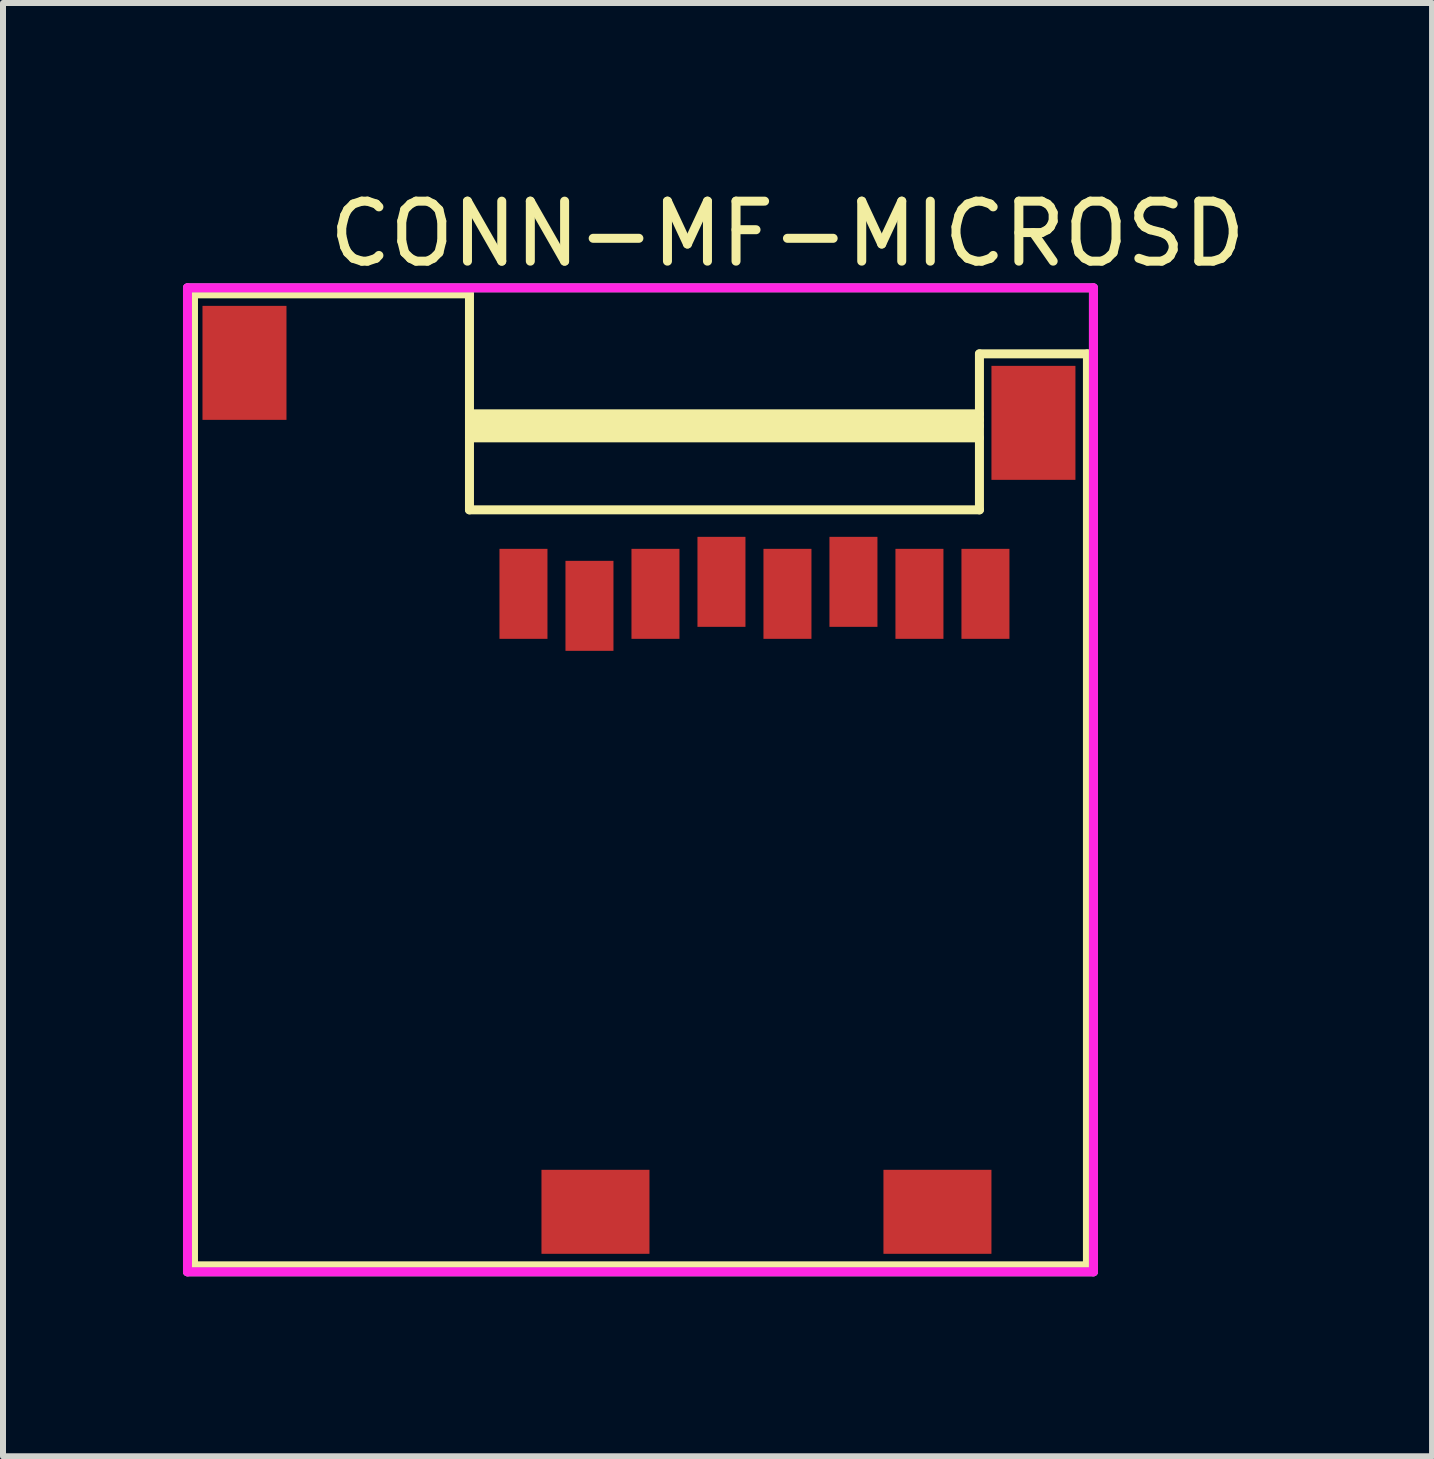
<source format=kicad_pcb>
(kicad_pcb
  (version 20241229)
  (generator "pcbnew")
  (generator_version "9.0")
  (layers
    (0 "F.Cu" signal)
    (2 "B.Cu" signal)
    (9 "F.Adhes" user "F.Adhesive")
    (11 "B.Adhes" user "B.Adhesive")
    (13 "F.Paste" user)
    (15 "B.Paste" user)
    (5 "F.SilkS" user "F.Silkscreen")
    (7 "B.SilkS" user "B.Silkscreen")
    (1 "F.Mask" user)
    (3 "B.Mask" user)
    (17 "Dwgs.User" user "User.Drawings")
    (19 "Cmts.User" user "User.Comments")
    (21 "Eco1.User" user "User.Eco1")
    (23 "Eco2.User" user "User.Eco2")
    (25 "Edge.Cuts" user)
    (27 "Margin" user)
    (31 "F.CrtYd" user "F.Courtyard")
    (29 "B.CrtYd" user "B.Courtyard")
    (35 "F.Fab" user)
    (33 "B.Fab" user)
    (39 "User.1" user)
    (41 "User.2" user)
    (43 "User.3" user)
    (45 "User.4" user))
  (footprint "CONN-MF-MICROSD"
    (layer "F.Cu")
    (at 10.075 6.848)
    (property "Reference" "CONN-MF-MICROSD" (at 0 -6 0) (layer "F.SilkS") (effects (font (size 1 1) (thickness 0.15))))
    (attr through_hole)
    (fp_line (start -9.9 -5) (end -9.9 11.2) (stroke (width 0.15) (type solid)) (layer "F.SilkS"))
    (fp_line (start -9.9 -5) (end -5.3 -5) (stroke (width 0.15) (type solid)) (layer "F.SilkS"))
    (fp_line (start -5.3 -5) (end -5.3 -1.4) (stroke (width 0.15) (type solid)) (layer "F.SilkS"))
    (fp_line (start -5.3 -2.9) (end 3.2 -2.9) (stroke (width 0.15) (type solid)) (layer "F.SilkS"))
    (fp_line (start -5.3 -2.6) (end 3.2 -2.6) (stroke (width 0.15) (type solid)) (layer "F.SilkS"))
    (fp_line (start -5.3 -1.4) (end 3.2 -1.4) (stroke (width 0.15) (type solid)) (layer "F.SilkS"))
    (fp_line (start -5.2 -2.7) (end 3.1 -2.7) (stroke (width 0.15) (type solid)) (layer "F.SilkS"))
    (fp_line (start 3.2 -4) (end 5 -4) (stroke (width 0.15) (type solid)) (layer "F.SilkS"))
    (fp_line (start 3.2 -3) (end -5.3 -3) (stroke (width 0.15) (type solid)) (layer "F.SilkS"))
    (fp_line (start 3.2 -2.8) (end -5.2 -2.8) (stroke (width 0.15) (type solid)) (layer "F.SilkS"))
    (fp_line (start 3.2 -1.4) (end 3.2 -4) (stroke (width 0.15) (type solid)) (layer "F.SilkS"))
    (fp_line (start 5 -4) (end 5 11.2) (stroke (width 0.15) (type solid)) (layer "F.SilkS"))
    (fp_line (start 5 11.2) (end -9.9 11.2) (stroke (width 0.15) (type solid)) (layer "F.SilkS"))
    (fp_line (start -10 -5.1) (end 5.1 -5.1) (stroke (width 0.15) (type solid)) (layer "F.CrtYd"))
    (fp_line (start -10 11.3) (end -10 -5.1) (stroke (width 0.15) (type solid)) (layer "F.CrtYd"))
    (fp_line (start 5.1 -5.1) (end 5.1 11.3) (stroke (width 0.15) (type solid)) (layer "F.CrtYd"))
    (fp_line (start 5.1 11.3) (end -10 11.3) (stroke (width 0.15) (type solid)) (layer "F.CrtYd"))
    (fp_line (start -10 -5.1) (end 5.1 -5.1) (stroke (width 0.15) (type solid)) (layer "F.Fab"))
    (fp_line (start -10 11.3) (end -10 -5.1) (stroke (width 0.15) (type solid)) (layer "F.Fab"))
    (fp_line (start 5.1 -5.1) (end 5.1 11.3) (stroke (width 0.15) (type solid)) (layer "F.Fab"))
    (fp_line (start 5.1 11.3) (end -10 11.3) (stroke (width 0.15) (type solid)) (layer "F.Fab"))
    (pad "1" smd rect (at -4.4 0) (size 0.8 1.5) (layers "F.Cu" "F.Mask" "F.Paste"))
    (pad "2" smd rect (at -3.3 0.2) (size 0.8 1.5) (layers "F.Cu" "F.Mask" "F.Paste"))
    (pad "3" smd rect (at -2.2 0) (size 0.8 1.5) (layers "F.Cu" "F.Mask" "F.Paste"))
    (pad "4" smd rect (at -1.1 -0.2) (size 0.8 1.5) (layers "F.Cu" "F.Mask" "F.Paste"))
    (pad "5" smd rect (at 0 0) (size 0.8 1.5) (layers "F.Cu" "F.Mask" "F.Paste"))
    (pad "6" smd rect (at 1.1 -0.2) (size 0.8 1.5) (layers "F.Cu" "F.Mask" "F.Paste"))
    (pad "7" smd rect (at 2.2 0) (size 0.8 1.5) (layers "F.Cu" "F.Mask" "F.Paste"))
    (pad "8" smd rect (at 3.3 0) (size 0.8 1.5) (layers "F.Cu" "F.Mask" "F.Paste"))
    (pad "9" smd rect (at -3.2 10.3) (size 1.8 1.4) (layers "F.Cu" "F.Mask" "F.Paste"))
    (pad "9" smd rect (at 2.5 10.3) (size 1.8 1.4) (layers "F.Cu" "F.Mask" "F.Paste"))
    (pad "SH" smd rect (at -9.05 -3.85) (size 1.4 1.9) (layers "F.Cu" "F.Mask" "F.Paste"))
    (pad "SH" smd rect (at 4.1 -2.85) (size 1.4 1.9) (layers "F.Cu" "F.Mask" "F.Paste")))
  (gr_rect
    (start -3 -3)
    (end 20.819 21.223)
    (stroke (width 0.1) (type default))
    (fill no)
    (layer "Edge.Cuts")))
</source>
